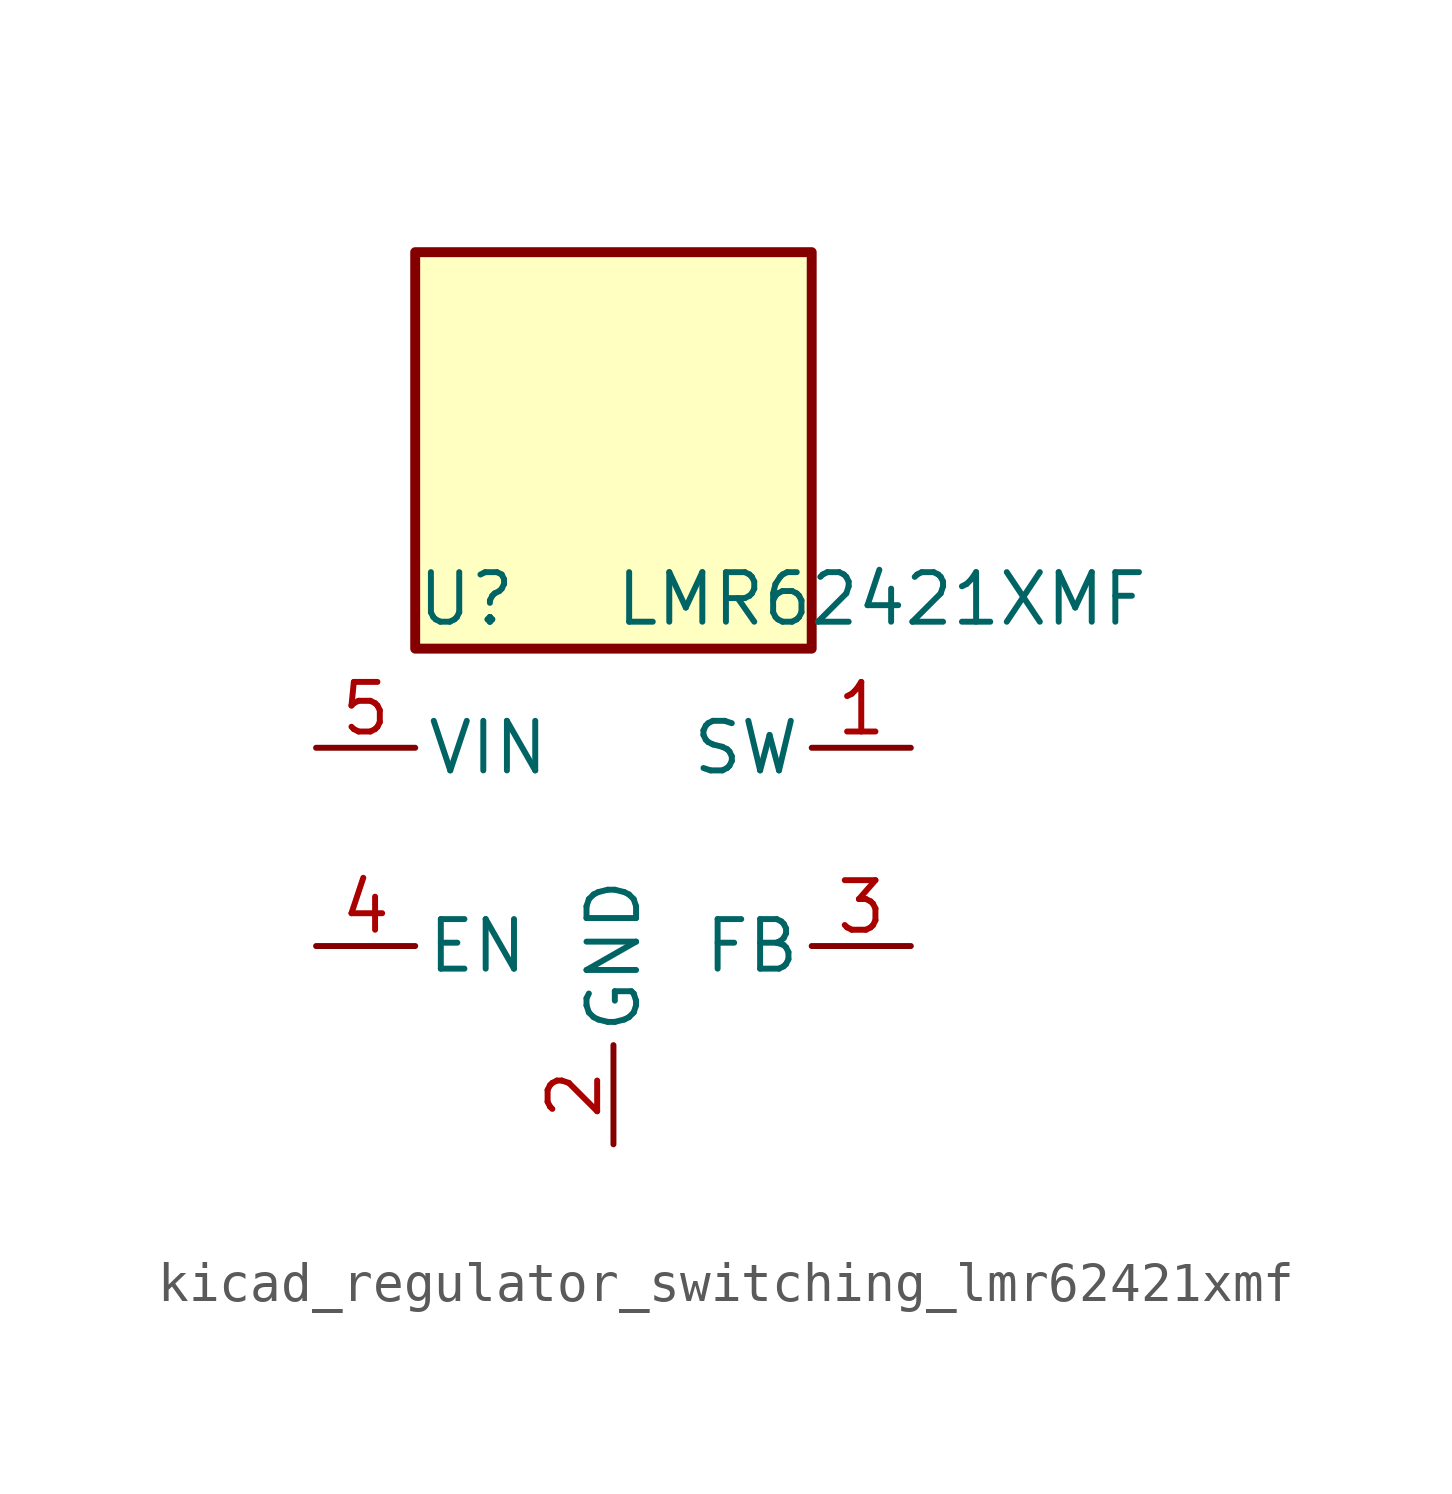
<source format=kicad_sym>
(kicad_symbol_lib
  (version 20220914)
  (generator kicad_symbol_editor)
  (symbol "kicad_regulator_switching_lmr62421xmf"
    (pin_names
      (offset 0.254))
    (property "Reference" "U"
      (at -5.08 6.35 0)
      (effects (font (size 1.27 1.27)) (justify left)))
    (property "Value" "LMR62421XMF"
      (at 0 6.35 0)
      (effects (font (size 1.27 1.27)) (justify left)))
    (symbol "kicad_regulator_switching_lmr62421xmf_0_1"
      (rectangle (start 5.08 15.24) (end -5.08 5.08) (stroke (width 0.254) (type default)) (fill (type background))))
    (symbol "kicad_regulator_switching_lmr62421xmf_1_1"
      (pin output line (at 7.62 2.54 180) (length 2.54) (name "SW" (effects (font (size 1.27 1.27)))) (number "1" (effects (font (size 1.27 1.27)))))
      (pin power_in line (at 0 -7.62 90) (length 2.54) (name "GND" (effects (font (size 1.27 1.27)))) (number "2" (effects (font (size 1.27 1.27)))))
      (pin input line (at 7.62 -2.54 180) (length 2.54) (name "FB" (effects (font (size 1.27 1.27)))) (number "3" (effects (font (size 1.27 1.27)))))
      (pin input line (at -7.62 -2.54 0) (length 2.54) (name "EN" (effects (font (size 1.27 1.27)))) (number "4" (effects (font (size 1.27 1.27)))))
      (pin input line (at -7.62 2.54 0) (length 2.54) (name "VIN" (effects (font (size 1.27 1.27)))) (number "5" (effects (font (size 1.27 1.27))))))))
</source>
